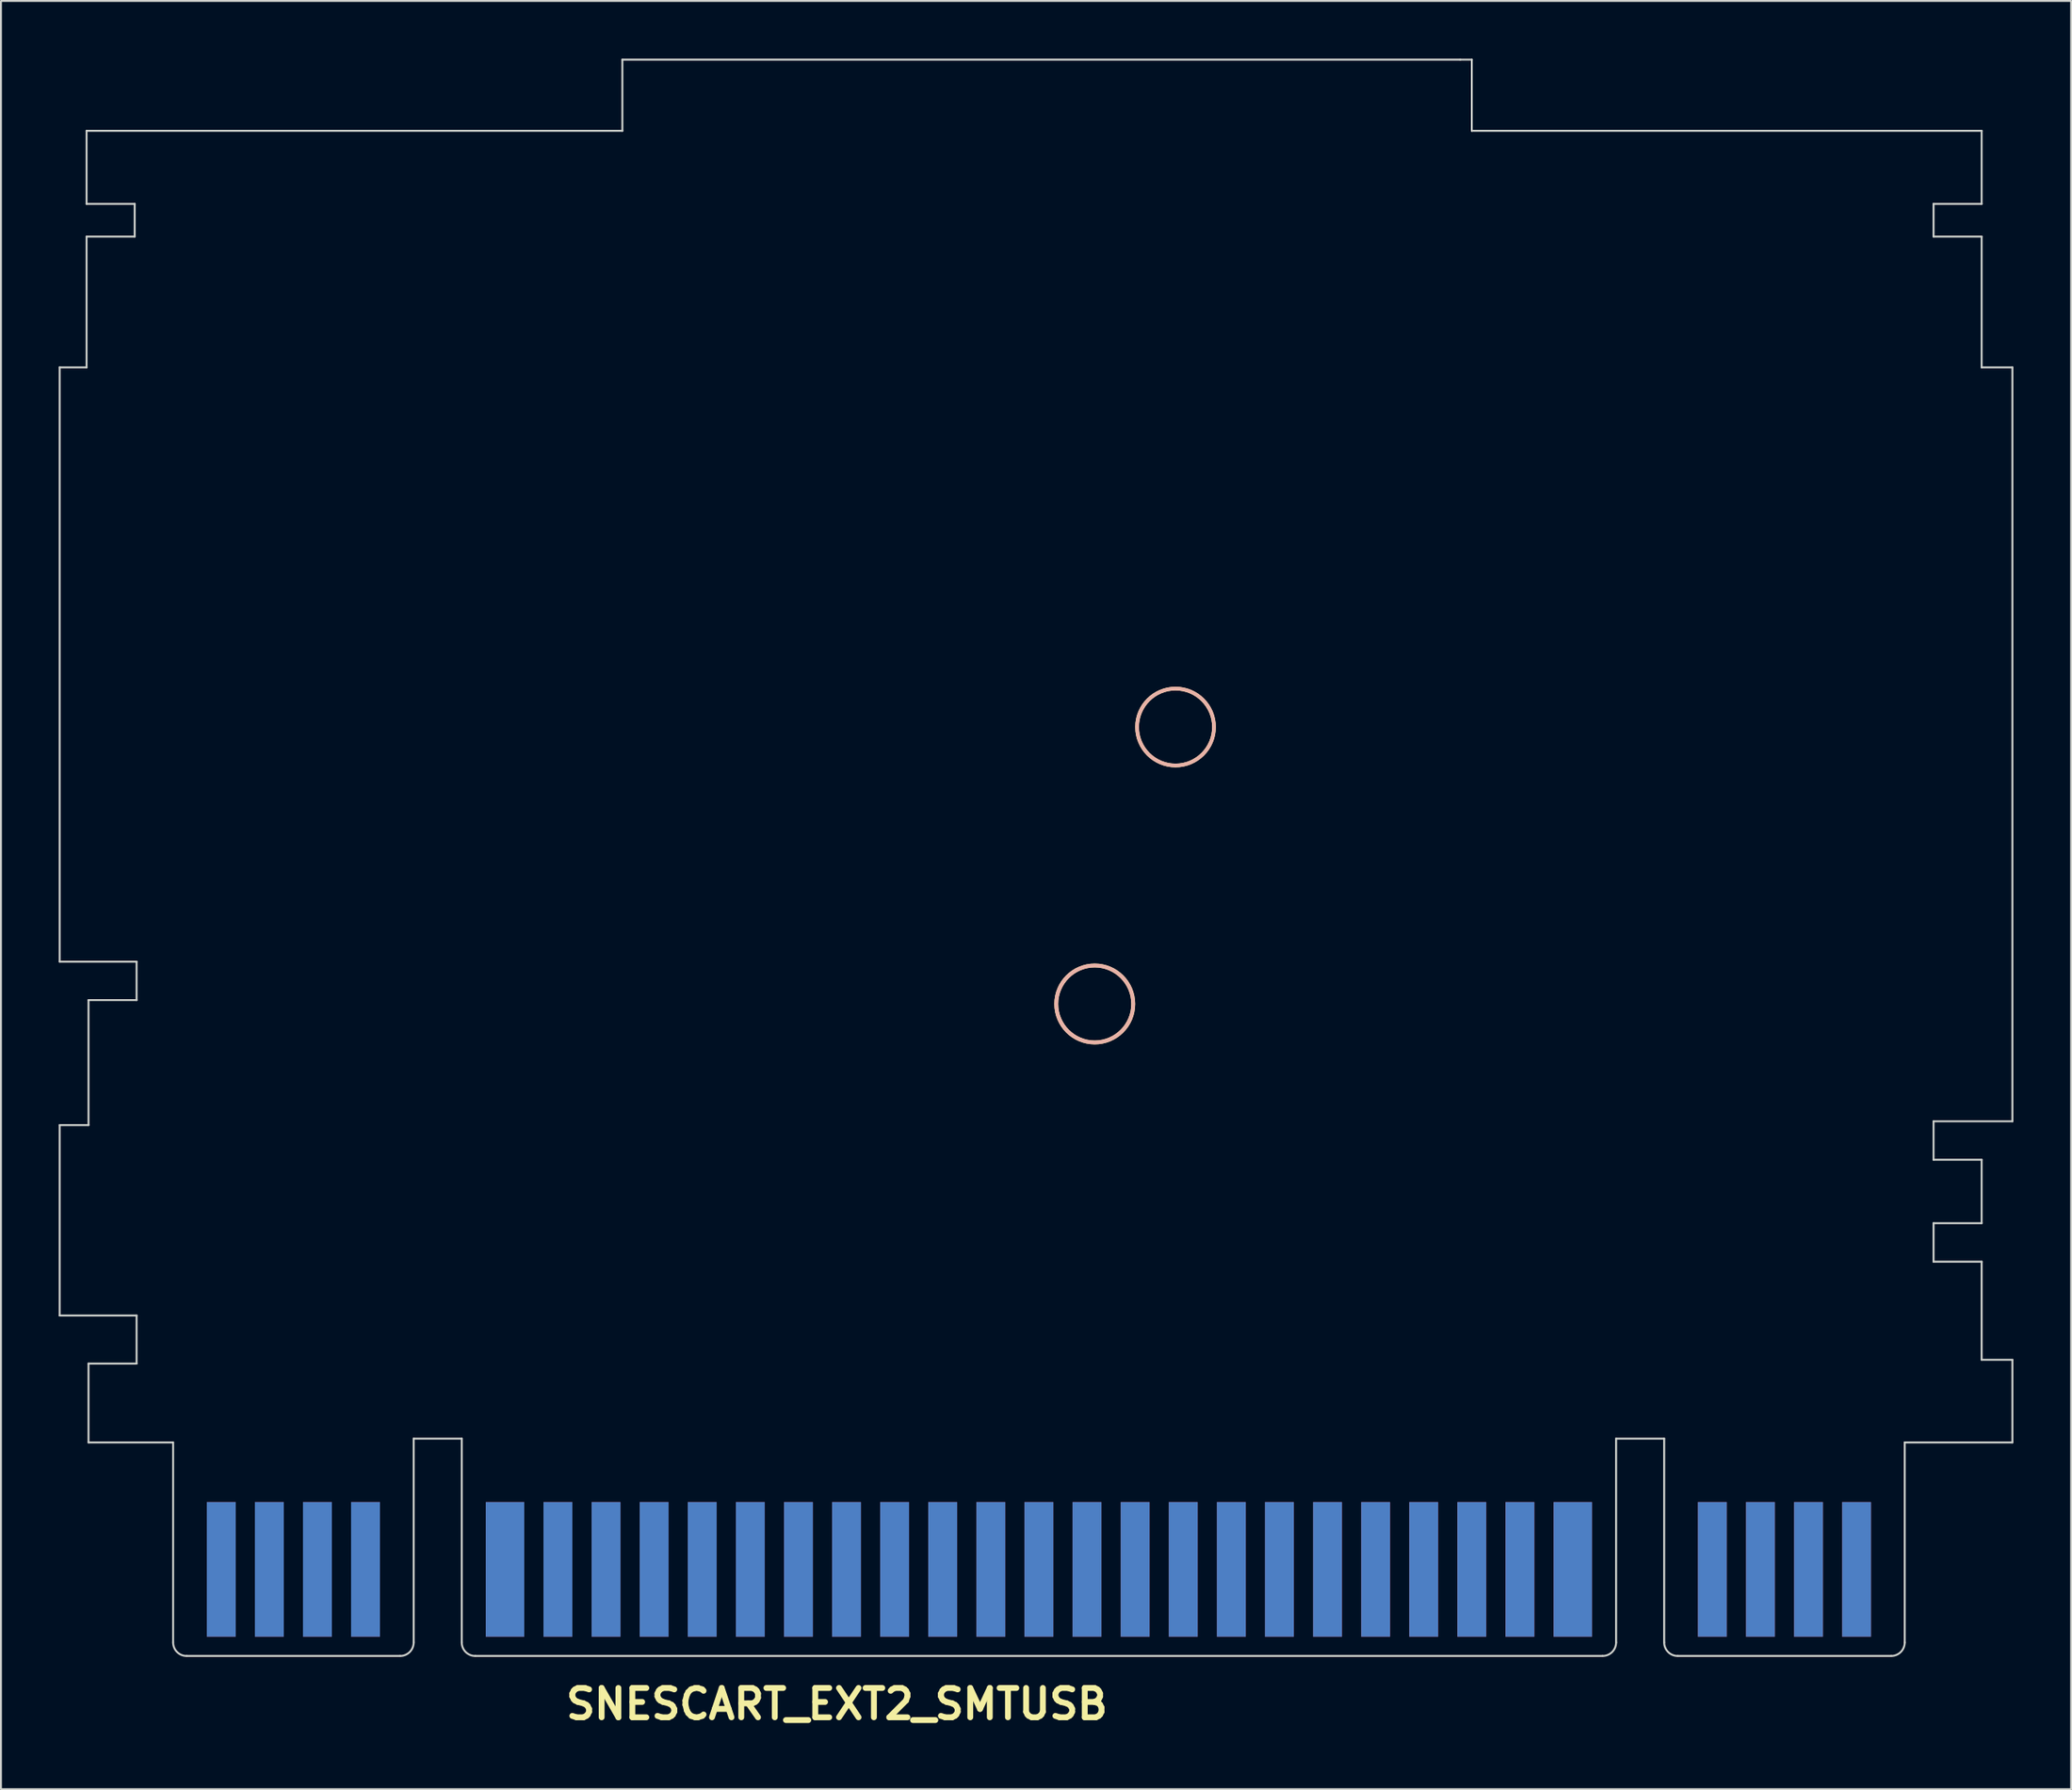
<source format=kicad_pcb>
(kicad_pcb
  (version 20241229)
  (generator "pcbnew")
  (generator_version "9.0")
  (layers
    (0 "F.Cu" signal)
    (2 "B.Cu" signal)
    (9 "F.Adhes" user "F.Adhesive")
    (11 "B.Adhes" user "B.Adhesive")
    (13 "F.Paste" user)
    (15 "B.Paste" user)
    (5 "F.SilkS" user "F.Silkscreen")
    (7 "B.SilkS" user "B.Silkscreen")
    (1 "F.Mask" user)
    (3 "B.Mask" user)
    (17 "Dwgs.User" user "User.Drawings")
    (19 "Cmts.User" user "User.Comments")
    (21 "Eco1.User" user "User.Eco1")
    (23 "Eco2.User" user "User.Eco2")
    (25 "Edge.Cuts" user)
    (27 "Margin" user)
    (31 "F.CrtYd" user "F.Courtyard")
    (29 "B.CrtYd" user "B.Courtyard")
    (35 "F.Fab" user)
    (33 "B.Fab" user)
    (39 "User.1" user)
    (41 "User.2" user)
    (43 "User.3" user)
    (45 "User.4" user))
  (footprint "SNESCART_EXT2_SMTUSB"
    (layer "F.Cu")
    (at 50.95 78.052)
    (property "Reference" "SNESCART_EXT2_SMTUSB" (at -10.5 7.501 0) (layer "F.SilkS") (effects (font (size 1.524 1.524) (thickness 0.305))))
    (attr through_hole)
    (fp_circle (center 2.901 -28.9) (end 4.9 -28.801) (stroke (width 0.201) (type solid)) (fill no) (layer "F.SilkS"))
    (fp_circle (center 7.099 -43.299) (end 9.098 -43.299) (stroke (width 0.191) (type solid)) (fill no) (layer "F.SilkS"))
    (fp_circle (center 2.901 -28.9) (end 4.9 -28.9) (stroke (width 0.201) (type solid)) (fill no) (layer "B.SilkS"))
    (fp_circle (center 7.102 -43.299) (end 9.101 -43.299) (stroke (width 0.191) (type solid)) (fill no) (layer "B.SilkS"))
    (fp_line (start -50.899 -61.999) (end -50.899 -31.1) (stroke (width 0.099) (type solid)) (layer "Edge.Cuts"))
    (fp_line (start -50.899 -22.601) (end -49.4 -22.601) (stroke (width 0.099) (type solid)) (layer "Edge.Cuts"))
    (fp_line (start -50.899 -12.7) (end -50.899 -22.601) (stroke (width 0.099) (type solid)) (layer "Edge.Cuts"))
    (fp_line (start -50.899 -12.7) (end -46.901 -12.7) (stroke (width 0.102) (type solid)) (layer "Edge.Cuts"))
    (fp_line (start -49.5 -74.3) (end -49.5 -70.5) (stroke (width 0.099) (type solid)) (layer "Edge.Cuts"))
    (fp_line (start -49.5 -74.3) (end -21.651 -74.3) (stroke (width 0.102) (type solid)) (layer "Edge.Cuts"))
    (fp_line (start -49.5 -70.5) (end -47 -70.5) (stroke (width 0.102) (type solid)) (layer "Edge.Cuts"))
    (fp_line (start -49.5 -68.801) (end -49.5 -61.999) (stroke (width 0.099) (type solid)) (layer "Edge.Cuts"))
    (fp_line (start -49.5 -61.999) (end -50.899 -61.999) (stroke (width 0.102) (type solid)) (layer "Edge.Cuts"))
    (fp_line (start -49.4 -29.101) (end -46.901 -29.101) (stroke (width 0.099) (type solid)) (layer "Edge.Cuts"))
    (fp_line (start -49.4 -22.601) (end -49.4 -29.101) (stroke (width 0.099) (type solid)) (layer "Edge.Cuts"))
    (fp_line (start -49.4 -6.101) (end -49.4 -10.201) (stroke (width 0.099) (type solid)) (layer "Edge.Cuts"))
    (fp_line (start -49.4 -6.101) (end -45.001 -6.101) (stroke (width 0.102) (type solid)) (layer "Edge.Cuts"))
    (fp_line (start -47 -70.5) (end -47 -68.801) (stroke (width 0.102) (type solid)) (layer "Edge.Cuts"))
    (fp_line (start -47 -68.801) (end -49.5 -68.801) (stroke (width 0.102) (type solid)) (layer "Edge.Cuts"))
    (fp_line (start -46.901 -31.1) (end -50.899 -31.1) (stroke (width 0.099) (type solid)) (layer "Edge.Cuts"))
    (fp_line (start -46.901 -29.101) (end -46.901 -31.1) (stroke (width 0.099) (type solid)) (layer "Edge.Cuts"))
    (fp_line (start -46.901 -10.201) (end -49.4 -10.201) (stroke (width 0.102) (type solid)) (layer "Edge.Cuts"))
    (fp_line (start -46.901 -10.201) (end -46.901 -12.7) (stroke (width 0.099) (type solid)) (layer "Edge.Cuts"))
    (fp_line (start -45.001 -6.101) (end -45.001 4.3) (stroke (width 0.099) (type solid)) (layer "Edge.Cuts"))
    (fp_line (start -33.2 5.001) (end -44.3 5.001) (stroke (width 0.102) (type solid)) (layer "Edge.Cuts"))
    (fp_line (start -32.499 -6.299) (end -32.499 4.3) (stroke (width 0.102) (type solid)) (layer "Edge.Cuts"))
    (fp_line (start -30 -6.299) (end -32.499 -6.299) (stroke (width 0.102) (type solid)) (layer "Edge.Cuts"))
    (fp_line (start -30 4.3) (end -30 -6.299) (stroke (width 0.102) (type solid)) (layer "Edge.Cuts"))
    (fp_line (start -29.299 5.001) (end 29.299 5.001) (stroke (width 0.102) (type solid)) (layer "Edge.Cuts"))
    (fp_line (start -21.651 -78.001) (end -21.651 -74.3) (stroke (width 0.099) (type solid)) (layer "Edge.Cuts"))
    (fp_line (start -21.651 -78.001) (end 21.9 -78.001) (stroke (width 0.102) (type solid)) (layer "Edge.Cuts"))
    (fp_line (start 21.9 -78.001) (end 22.499 -78.001) (stroke (width 0.099) (type solid)) (layer "Edge.Cuts"))
    (fp_line (start 22.499 -74.3) (end 22.499 -78.001) (stroke (width 0.099) (type solid)) (layer "Edge.Cuts"))
    (fp_line (start 22.499 -74.3) (end 48.999 -74.3) (stroke (width 0.099) (type solid)) (layer "Edge.Cuts"))
    (fp_line (start 30 -6.299) (end 32.499 -6.299) (stroke (width 0.102) (type solid)) (layer "Edge.Cuts"))
    (fp_line (start 30 4.3) (end 30 -6.299) (stroke (width 0.102) (type solid)) (layer "Edge.Cuts"))
    (fp_line (start 32.499 -6.299) (end 32.499 4.3) (stroke (width 0.102) (type solid)) (layer "Edge.Cuts"))
    (fp_line (start 33.2 5.001) (end 44.3 5.001) (stroke (width 0.102) (type solid)) (layer "Edge.Cuts"))
    (fp_line (start 45.001 -6.101) (end 45.001 4.3) (stroke (width 0.099) (type solid)) (layer "Edge.Cuts"))
    (fp_line (start 45.001 -6.101) (end 50.599 -6.101) (stroke (width 0.102) (type solid)) (layer "Edge.Cuts"))
    (fp_line (start 46.5 -70.5) (end 48.999 -70.5) (stroke (width 0.102) (type solid)) (layer "Edge.Cuts"))
    (fp_line (start 46.5 -68.801) (end 46.5 -70.5) (stroke (width 0.102) (type solid)) (layer "Edge.Cuts"))
    (fp_line (start 46.5 -22.799) (end 46.5 -20.8) (stroke (width 0.099) (type solid)) (layer "Edge.Cuts"))
    (fp_line (start 46.5 -20.8) (end 48.999 -20.8) (stroke (width 0.099) (type solid)) (layer "Edge.Cuts"))
    (fp_line (start 46.5 -17.501) (end 48.999 -17.501) (stroke (width 0.099) (type solid)) (layer "Edge.Cuts"))
    (fp_line (start 46.5 -15.499) (end 46.5 -17.501) (stroke (width 0.102) (type solid)) (layer "Edge.Cuts"))
    (fp_line (start 48.999 -74.3) (end 48.999 -70.5) (stroke (width 0.099) (type solid)) (layer "Edge.Cuts"))
    (fp_line (start 48.999 -68.801) (end 46.5 -68.801) (stroke (width 0.102) (type solid)) (layer "Edge.Cuts"))
    (fp_line (start 48.999 -68.801) (end 48.999 -61.999) (stroke (width 0.099) (type solid)) (layer "Edge.Cuts"))
    (fp_line (start 48.999 -61.999) (end 50.599 -61.999) (stroke (width 0.099) (type solid)) (layer "Edge.Cuts"))
    (fp_line (start 48.999 -20.8) (end 48.999 -17.501) (stroke (width 0.099) (type solid)) (layer "Edge.Cuts"))
    (fp_line (start 48.999 -15.499) (end 46.5 -15.499) (stroke (width 0.102) (type solid)) (layer "Edge.Cuts"))
    (fp_line (start 48.999 -10.399) (end 48.999 -15.499) (stroke (width 0.102) (type solid)) (layer "Edge.Cuts"))
    (fp_line (start 50.599 -61.999) (end 50.599 -22.799) (stroke (width 0.099) (type solid)) (layer "Edge.Cuts"))
    (fp_line (start 50.599 -22.799) (end 46.5 -22.799) (stroke (width 0.099) (type solid)) (layer "Edge.Cuts"))
    (fp_line (start 50.599 -10.399) (end 48.999 -10.399) (stroke (width 0.102) (type solid)) (layer "Edge.Cuts"))
    (fp_line (start 50.599 -10.399) (end 50.599 -6.101) (stroke (width 0.099) (type solid)) (layer "Edge.Cuts"))
    (fp_arc (start -44.30014 5.00126) (mid -44.79585 4.79593) (end -45.00118 4.30022) (stroke (width 0.09906) (type solid)) (layer "Edge.Cuts"))
    (fp_arc (start -32.4993 4.30022) (mid -32.70463 4.79593) (end -33.20034 5.00126) (stroke (width 0.09906) (type solid)) (layer "Edge.Cuts"))
    (fp_arc (start -29.2989 5.00126) (mid -29.79461 4.79593) (end -29.99994 4.30022) (stroke (width 0.09906) (type solid)) (layer "Edge.Cuts"))
    (fp_arc (start 29.99994 4.30022) (mid 29.79461 4.79593) (end 29.2989 5.00126) (stroke (width 0.09906) (type solid)) (layer "Edge.Cuts"))
    (fp_arc (start 33.20034 5.00126) (mid 32.70463 4.79593) (end 32.4993 4.30022) (stroke (width 0.09906) (type solid)) (layer "Edge.Cuts"))
    (fp_arc (start 45.00118 4.30022) (mid 44.79585 4.79593) (end 44.30014 5.00126) (stroke (width 0.09906) (type solid)) (layer "Edge.Cuts"))
    (pad "" connect rect (at -38.75 1.001) (size 12.499 8.001) (layers "*.Mask"))
    (pad "" connect rect (at -27.8 -9.7) (size 5.999 5.001) (layers "B.Mask"))
    (pad "" connect rect (at 0 1.001) (size 60 8.001) (layers "*.Mask"))
    (pad "" connect rect (at 36.401 -9.601) (size 5.799 5.999) (layers "B.Mask"))
    (pad "" connect rect (at 38.75 1.001) (size 12.499 8.001) (layers "*.Mask"))
    (pad "1" connect rect (at -42.499 0.5) (size 1.501 7) (layers "F.Cu"))
    (pad "2" connect rect (at -40 0.5) (size 1.501 7) (layers "F.Cu"))
    (pad "3" connect rect (at -37.501 0.5) (size 1.501 7) (layers "F.Cu"))
    (pad "4" connect rect (at -35.001 0.5) (size 1.501 7) (layers "F.Cu"))
    (pad "5" connect rect (at -27.75 0.5) (size 1.999 7) (layers "F.Cu"))
    (pad "6" connect rect (at -25.001 0.5) (size 1.501 7) (layers "F.Cu"))
    (pad "7" connect rect (at -22.499 0.5) (size 1.501 7) (layers "F.Cu"))
    (pad "8" connect rect (at -20 0.5) (size 1.501 7) (layers "F.Cu"))
    (pad "9" connect rect (at -17.501 0.5) (size 1.501 7) (layers "F.Cu"))
    (pad "10" connect rect (at -15.001 0.5) (size 1.501 7) (layers "F.Cu"))
    (pad "11" connect rect (at -12.499 0.5) (size 1.501 7) (layers "F.Cu"))
    (pad "12" connect rect (at -10 0.5) (size 1.501 7) (layers "F.Cu"))
    (pad "13" connect rect (at -7.501 0.5) (size 1.501 7) (layers "F.Cu"))
    (pad "14" connect rect (at -5.001 0.5) (size 1.501 7) (layers "F.Cu"))
    (pad "15" connect rect (at -2.499 0.5) (size 1.501 7) (layers "F.Cu"))
    (pad "16" connect rect (at 0 0.5) (size 1.501 7) (layers "F.Cu"))
    (pad "17" connect rect (at 2.499 0.5) (size 1.501 7) (layers "F.Cu"))
    (pad "18" connect rect (at 5.001 0.5) (size 1.501 7) (layers "F.Cu"))
    (pad "19" connect rect (at 7.501 0.5) (size 1.501 7) (layers "F.Cu"))
    (pad "20" connect rect (at 10 0.5) (size 1.501 7) (layers "F.Cu"))
    (pad "21" connect rect (at 12.499 0.5) (size 1.501 7) (layers "F.Cu"))
    (pad "22" connect rect (at 15.001 0.5) (size 1.501 7) (layers "F.Cu"))
    (pad "23" connect rect (at 17.501 0.5) (size 1.501 7) (layers "F.Cu"))
    (pad "24" connect rect (at 20 0.5) (size 1.501 7) (layers "F.Cu"))
    (pad "25" connect rect (at 22.499 0.5) (size 1.501 7) (layers "F.Cu"))
    (pad "26" connect rect (at 25.001 0.5) (size 1.501 7) (layers "F.Cu"))
    (pad "27" connect rect (at 27.75 0.5) (size 1.999 7) (layers "F.Cu"))
    (pad "28" connect rect (at 35.001 0.5) (size 1.501 7) (layers "F.Cu"))
    (pad "29" connect rect (at 37.501 0.5) (size 1.501 7) (layers "F.Cu"))
    (pad "30" connect rect (at 40 0.5) (size 1.501 7) (layers "F.Cu"))
    (pad "31" connect rect (at 42.499 0.5) (size 1.501 7) (layers "F.Cu"))
    (pad "32" connect rect (at -42.499 0.5) (size 1.501 7) (layers "B.Cu"))
    (pad "33" connect rect (at -40 0.5) (size 1.501 7) (layers "B.Cu"))
    (pad "34" connect rect (at -37.501 0.5) (size 1.501 7) (layers "B.Cu"))
    (pad "35" connect rect (at -35.001 0.5) (size 1.501 7) (layers "B.Cu"))
    (pad "36" connect rect (at -27.75 0.5) (size 1.999 7) (layers "B.Cu"))
    (pad "37" connect rect (at -25.001 0.5) (size 1.501 7) (layers "B.Cu"))
    (pad "38" connect rect (at -22.499 0.5) (size 1.501 7) (layers "B.Cu"))
    (pad "39" connect rect (at -20 0.5) (size 1.501 7) (layers "B.Cu"))
    (pad "40" connect rect (at -17.501 0.5) (size 1.501 7) (layers "B.Cu"))
    (pad "41" connect rect (at -15.001 0.5) (size 1.501 7) (layers "B.Cu"))
    (pad "42" connect rect (at -12.499 0.5) (size 1.501 7) (layers "B.Cu"))
    (pad "43" connect rect (at -10 0.5) (size 1.501 7) (layers "B.Cu"))
    (pad "44" connect rect (at -7.501 0.5) (size 1.501 7) (layers "B.Cu"))
    (pad "45" connect rect (at -5.001 0.5) (size 1.501 7) (layers "B.Cu"))
    (pad "46" connect rect (at -2.499 0.5) (size 1.501 7) (layers "B.Cu"))
    (pad "47" connect rect (at 0 0.5) (size 1.501 7) (layers "B.Cu"))
    (pad "48" connect rect (at 2.499 0.5) (size 1.501 7) (layers "B.Cu"))
    (pad "49" connect rect (at 5.001 0.5) (size 1.501 7) (layers "B.Cu"))
    (pad "50" connect rect (at 7.501 0.5) (size 1.501 7) (layers "B.Cu"))
    (pad "51" connect rect (at 10 0.5) (size 1.501 7) (layers "B.Cu"))
    (pad "52" connect rect (at 12.499 0.5) (size 1.501 7) (layers "B.Cu"))
    (pad "53" connect rect (at 15.001 0.5) (size 1.501 7) (layers "B.Cu"))
    (pad "54" connect rect (at 17.501 0.5) (size 1.501 7) (layers "B.Cu"))
    (pad "55" connect rect (at 20 0.5) (size 1.501 7) (layers "B.Cu"))
    (pad "56" connect rect (at 22.499 0.5) (size 1.501 7) (layers "B.Cu"))
    (pad "57" connect rect (at 25.001 0.5) (size 1.501 7) (layers "B.Cu"))
    (pad "58" connect rect (at 27.75 0.5) (size 1.999 7) (layers "B.Cu"))
    (pad "59" connect rect (at 35.001 0.5) (size 1.501 7) (layers "B.Cu"))
    (pad "60" connect rect (at 37.501 0.5) (size 1.501 7) (layers "B.Cu"))
    (pad "61" connect rect (at 40 0.5) (size 1.501 7) (layers "B.Cu"))
    (pad "62" connect rect (at 42.499 0.5) (size 1.501 7) (layers "B.Cu")))
  (gr_rect
    (start -3 -3)
    (end 104.6 89.979)
    (stroke (width 0.1) (type default))
    (fill no)
    (layer "Edge.Cuts")))
</source>
